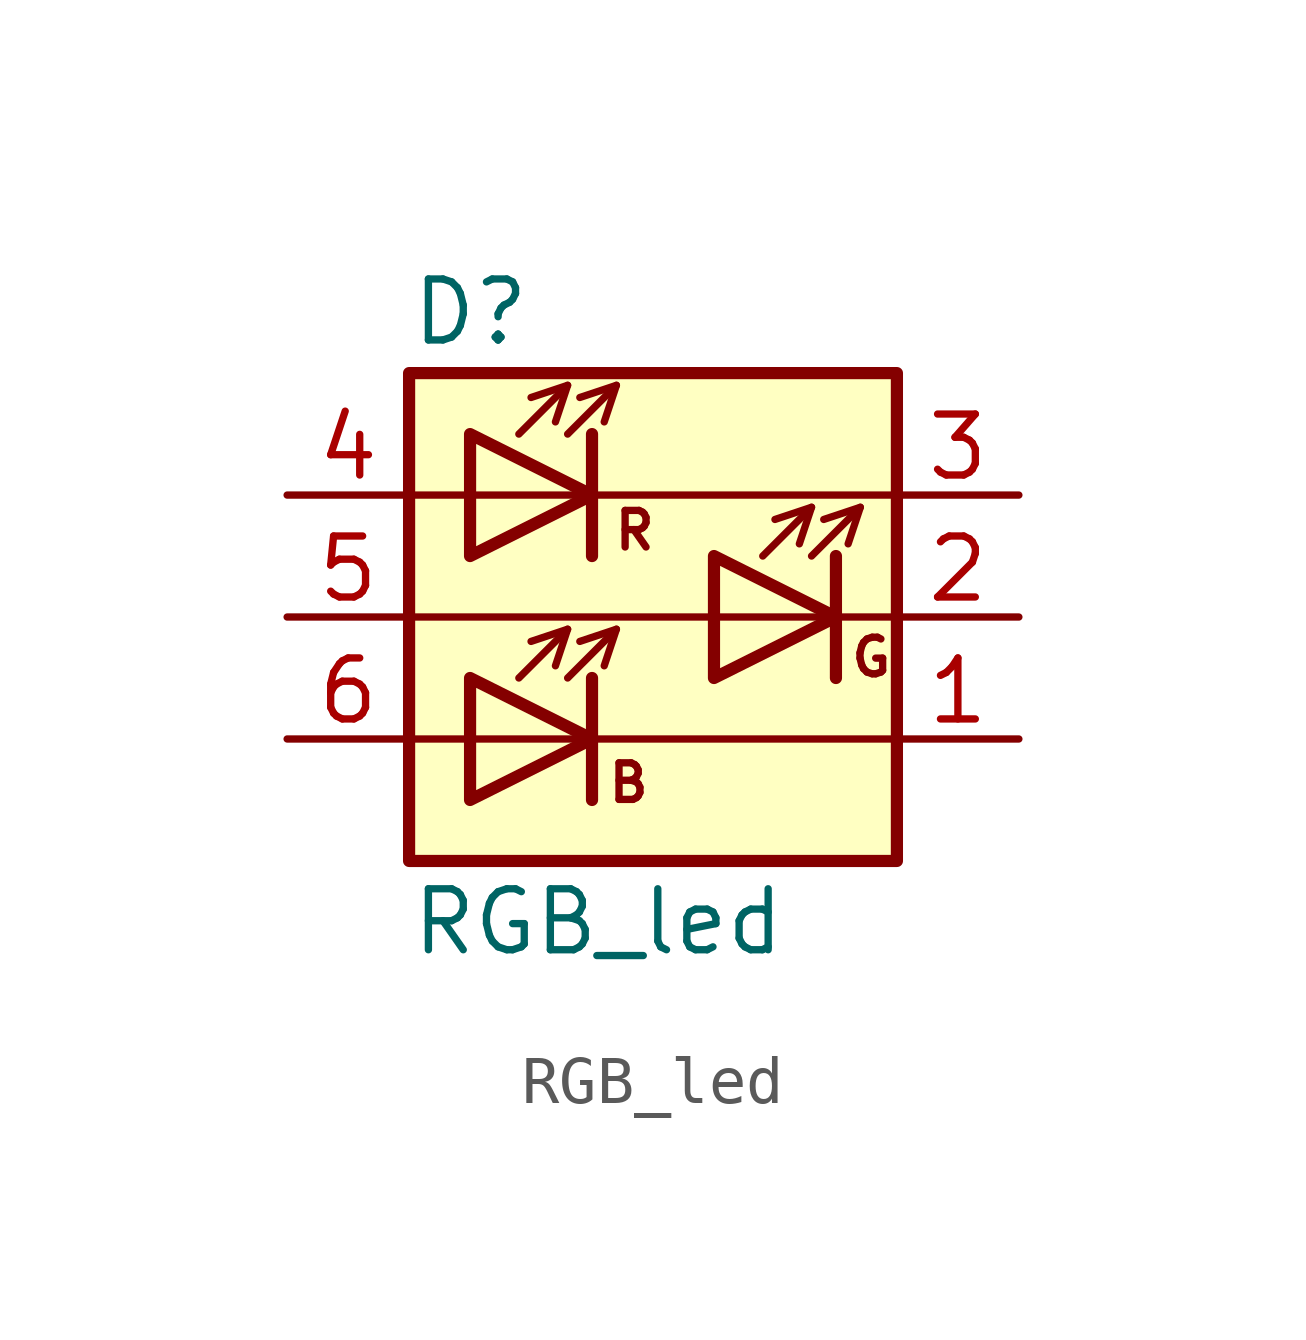
<source format=kicad_sym>
(kicad_symbol_lib
  (version 20211014)
  (generator kicad_symbol_editor)
  (symbol "RGB_led"
    (pin_names hide)
    (property "Reference" "D"
      (at -5.08 6.35 0)
      (effects (font (size 1.27 1.27)) (justify left)))
    (property "Value" "RGB_led"
      (at -5.08 -6.35 0)
      (effects (font (size 1.27 1.27)) (justify left)))
    (symbol "RGB_led_0_0"
      (text "B" (at -0.508 -3.454 0) (effects (font (size 0.762 0.762))))
      (text "G" (at 4.547 -0.838 0) (effects (font (size 0.762 0.762))))
      (text "R" (at -0.381 1.803 0) (effects (font (size 0.762 0.762)))))
    (symbol "RGB_led_0_1"
      (rectangle (start -5.08 5.08) (end 5.08 -5.08) (stroke (width 0.254) (type default) (color 0 0 0 0)) (fill (type background)))
      (polyline (pts (xy -5.08 -2.54) (xy 5.08 -2.54)) (stroke (width 0) (type default) (color 0 0 0 0)) (fill (type none)))
      (polyline (pts (xy -5.08 0) (xy 5.08 0)) (stroke (width 0) (type default) (color 0 0 0 0)) (fill (type none)))
      (polyline (pts (xy -5.08 2.54) (xy 5.08 2.54)) (stroke (width 0) (type default) (color 0 0 0 0)) (fill (type none)))
      (polyline (pts (xy -2.794 -1.27) (xy -1.778 -0.254)) (stroke (width 0) (type default) (color 0 0 0 0)) (fill (type none)))
      (polyline (pts (xy -2.794 3.81) (xy -1.778 4.826)) (stroke (width 0) (type default) (color 0 0 0 0)) (fill (type none)))
      (polyline (pts (xy -1.778 -1.27) (xy -0.762 -0.254)) (stroke (width 0) (type default) (color 0 0 0 0)) (fill (type none)))
      (polyline (pts (xy -1.778 3.81) (xy -0.762 4.826)) (stroke (width 0) (type default) (color 0 0 0 0)) (fill (type none)))
      (polyline (pts (xy -1.27 -1.27) (xy -1.27 -3.81)) (stroke (width 0.254) (type default) (color 0 0 0 0)) (fill (type none)))
      (polyline (pts (xy -1.27 3.81) (xy -1.27 1.27)) (stroke (width 0.254) (type default) (color 0 0 0 0)) (fill (type none)))
      (polyline (pts (xy 2.286 1.27) (xy 3.302 2.286)) (stroke (width 0) (type default) (color 0 0 0 0)) (fill (type none)))
      (polyline (pts (xy 3.302 1.27) (xy 4.318 2.286)) (stroke (width 0) (type default) (color 0 0 0 0)) (fill (type none)))
      (polyline (pts (xy 3.81 1.27) (xy 3.81 -1.27)) (stroke (width 0.254) (type default) (color 0 0 0 0)) (fill (type none)))
      (polyline (pts (xy -2.54 4.572) (xy -1.778 4.826) (xy -2.032 4.064)) (stroke (width 0) (type default) (color 0 0 0 0)) (fill (type none)))
      (polyline (pts (xy -2.032 -1.016) (xy -1.778 -0.254) (xy -2.54 -0.508)) (stroke (width 0) (type default) (color 0 0 0 0)) (fill (type none)))
      (polyline (pts (xy -1.524 -0.508) (xy -0.762 -0.254) (xy -1.016 -1.016)) (stroke (width 0) (type default) (color 0 0 0 0)) (fill (type none)))
      (polyline (pts (xy -1.524 4.572) (xy -0.762 4.826) (xy -1.016 4.064)) (stroke (width 0) (type default) (color 0 0 0 0)) (fill (type none)))
      (polyline (pts (xy 3.048 1.524) (xy 3.302 2.286) (xy 2.54 2.032)) (stroke (width 0) (type default) (color 0 0 0 0)) (fill (type none)))
      (polyline (pts (xy 3.556 2.032) (xy 4.318 2.286) (xy 4.064 1.524)) (stroke (width 0) (type default) (color 0 0 0 0)) (fill (type none)))
      (polyline (pts (xy -3.81 -1.27) (xy -3.81 -3.81) (xy -1.27 -2.54) (xy -3.81 -1.27)) (stroke (width 0.254) (type default) (color 0 0 0 0)) (fill (type none)))
      (polyline (pts (xy -3.81 3.81) (xy -3.81 1.27) (xy -1.27 2.54) (xy -3.81 3.81)) (stroke (width 0.254) (type default) (color 0 0 0 0)) (fill (type none)))
      (polyline (pts (xy 1.27 1.27) (xy 1.27 -1.27) (xy 3.81 0) (xy 1.27 1.27)) (stroke (width 0.254) (type default) (color 0 0 0 0)) (fill (type none))))
    (symbol "RGB_led_1_1"
      (pin passive line (at 7.62 -2.54 180) (length 2.54) (name "KB" (effects (font (size 1.27 1.27)))) (number "1" (effects (font (size 1.27 1.27)))))
      (pin passive line (at 7.62 0 180) (length 2.54) (name "KG" (effects (font (size 1.27 1.27)))) (number "2" (effects (font (size 1.27 1.27)))))
      (pin passive line (at 7.62 2.54 180) (length 2.54) (name "KR" (effects (font (size 1.27 1.27)))) (number "3" (effects (font (size 1.27 1.27)))))
      (pin passive line (at -7.62 2.54 0) (length 2.54) (name "AR" (effects (font (size 1.27 1.27)))) (number "4" (effects (font (size 1.27 1.27)))))
      (pin passive line (at -7.62 0 0) (length 2.54) (name "AG" (effects (font (size 1.27 1.27)))) (number "5" (effects (font (size 1.27 1.27)))))
      (pin passive line (at -7.62 -2.54 0) (length 2.54) (name "AB" (effects (font (size 1.27 1.27)))) (number "6" (effects (font (size 1.27 1.27))))))))
</source>
